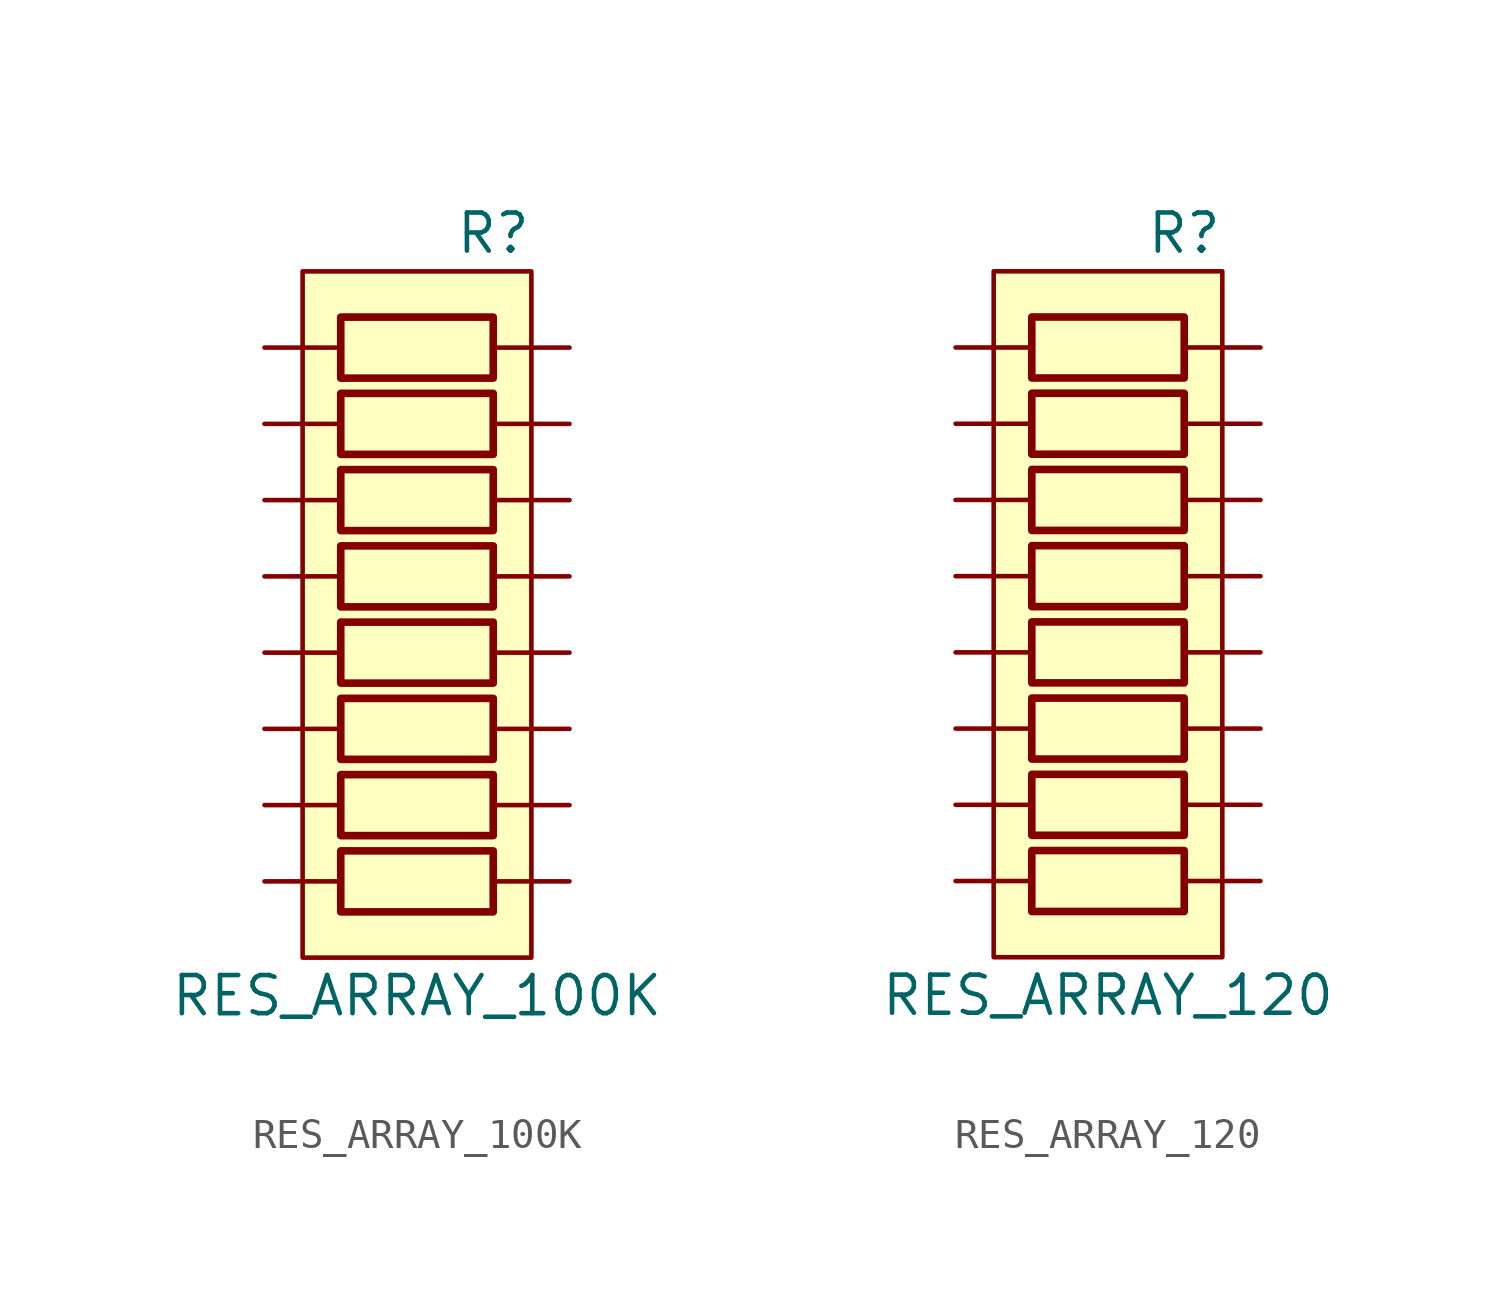
<source format=kicad_sym>
(kicad_symbol_lib
  (version 20211014)
  (generator kicad_symbol_editor)
  (symbol "RES_ARRAY_100K"
    (pin_numbers hide)
    (pin_names
      (offset 0))
    (property "Reference" "R"
      (at 2.54 3.81 0)
      (effects (font (size 1.27 1.27))))
    (property "Value" "RES_ARRAY_100K"
      (at 0 -21.59 0)
      (effects (font (size 1.27 1.27))))
    (symbol "RES_ARRAY_100K_0_1"
      (rectangle (start -3.81 2.54) (end 3.81 -20.32) (stroke (width 0) (type default) (color 0 0 0 0)) (fill (type background)))
      (polyline (pts (xy -3.81 -17.78) (xy -2.54 -17.78)) (stroke (width 0) (type default) (color 0 0 0 0)) (fill (type none)))
      (polyline (pts (xy -3.81 -15.24) (xy -2.54 -15.24)) (stroke (width 0) (type default) (color 0 0 0 0)) (fill (type none)))
      (polyline (pts (xy -3.81 -12.7) (xy -2.54 -12.7)) (stroke (width 0) (type default) (color 0 0 0 0)) (fill (type none)))
      (polyline (pts (xy -3.81 -10.16) (xy -2.54 -10.16)) (stroke (width 0) (type default) (color 0 0 0 0)) (fill (type none)))
      (polyline (pts (xy -3.81 -7.62) (xy -2.54 -7.62)) (stroke (width 0) (type default) (color 0 0 0 0)) (fill (type none)))
      (polyline (pts (xy -3.81 -5.08) (xy -2.54 -5.08)) (stroke (width 0) (type default) (color 0 0 0 0)) (fill (type none)))
      (polyline (pts (xy -3.81 -2.54) (xy -2.54 -2.54)) (stroke (width 0) (type default) (color 0 0 0 0)) (fill (type none)))
      (polyline (pts (xy -3.81 0) (xy -2.54 0)) (stroke (width 0) (type default) (color 0 0 0 0)) (fill (type none)))
      (polyline (pts (xy 3.81 -17.78) (xy 2.54 -17.78)) (stroke (width 0) (type default) (color 0 0 0 0)) (fill (type none)))
      (polyline (pts (xy 3.81 -15.24) (xy 2.54 -15.24)) (stroke (width 0) (type default) (color 0 0 0 0)) (fill (type none)))
      (polyline (pts (xy 3.81 -12.7) (xy 2.54 -12.7)) (stroke (width 0) (type default) (color 0 0 0 0)) (fill (type none)))
      (polyline (pts (xy 3.81 -10.16) (xy 2.54 -10.16)) (stroke (width 0) (type default) (color 0 0 0 0)) (fill (type none)))
      (polyline (pts (xy 3.81 -7.62) (xy 2.54 -7.62)) (stroke (width 0) (type default) (color 0 0 0 0)) (fill (type none)))
      (polyline (pts (xy 3.81 -5.08) (xy 2.54 -5.08)) (stroke (width 0) (type default) (color 0 0 0 0)) (fill (type none)))
      (polyline (pts (xy 3.81 -2.54) (xy 2.54 -2.54)) (stroke (width 0) (type default) (color 0 0 0 0)) (fill (type none)))
      (polyline (pts (xy 3.81 0) (xy 2.54 0)) (stroke (width 0) (type default) (color 0 0 0 0)) (fill (type none)))
      (rectangle (start 2.54 -1.016) (end -2.54 1.016) (stroke (width 0.254) (type default) (color 0 0 0 0)) (fill (type none))))
    (symbol "RES_ARRAY_100K_1_1"
      (rectangle (start 2.54 -18.796) (end -2.54 -16.764) (stroke (width 0.254) (type default) (color 0 0 0 0)) (fill (type none)))
      (rectangle (start 2.54 -16.256) (end -2.54 -14.224) (stroke (width 0.254) (type default) (color 0 0 0 0)) (fill (type none)))
      (rectangle (start 2.54 -13.716) (end -2.54 -11.684) (stroke (width 0.254) (type default) (color 0 0 0 0)) (fill (type none)))
      (rectangle (start 2.54 -11.176) (end -2.54 -9.144) (stroke (width 0.254) (type default) (color 0 0 0 0)) (fill (type none)))
      (rectangle (start 2.54 -8.636) (end -2.54 -6.604) (stroke (width 0.254) (type default) (color 0 0 0 0)) (fill (type none)))
      (rectangle (start 2.54 -6.096) (end -2.54 -4.064) (stroke (width 0.254) (type default) (color 0 0 0 0)) (fill (type none)))
      (rectangle (start 2.54 -3.556) (end -2.54 -1.524) (stroke (width 0.254) (type default) (color 0 0 0 0)) (fill (type none)))
      (pin passive line (at -5.08 0 0) (length 1.27) (name "~" (effects (font (size 1.27 1.27)))) (number "1" (effects (font (size 1.27 1.27)))))
      (pin passive line (at 5.08 -15.24 180) (length 1.27) (name "~" (effects (font (size 1.27 1.27)))) (number "10" (effects (font (size 1.27 1.27)))))
      (pin passive line (at 5.08 -12.7 180) (length 1.27) (name "~" (effects (font (size 1.27 1.27)))) (number "11" (effects (font (size 1.27 1.27)))))
      (pin passive line (at 5.08 -10.16 180) (length 1.27) (name "~" (effects (font (size 1.27 1.27)))) (number "12" (effects (font (size 1.27 1.27)))))
      (pin passive line (at 5.08 -7.62 180) (length 1.27) (name "~" (effects (font (size 1.27 1.27)))) (number "13" (effects (font (size 1.27 1.27)))))
      (pin passive line (at 5.08 -5.08 180) (length 1.27) (name "~" (effects (font (size 1.27 1.27)))) (number "14" (effects (font (size 1.27 1.27)))))
      (pin passive line (at 5.08 -2.54 180) (length 1.27) (name "~" (effects (font (size 1.27 1.27)))) (number "15" (effects (font (size 1.27 1.27)))))
      (pin passive line (at 5.08 0 180) (length 1.27) (name "~" (effects (font (size 1.27 1.27)))) (number "16" (effects (font (size 1.27 1.27)))))
      (pin passive line (at -5.08 -2.54 0) (length 1.27) (name "~" (effects (font (size 1.27 1.27)))) (number "2" (effects (font (size 1.27 1.27)))))
      (pin passive line (at -5.08 -5.08 0) (length 1.27) (name "~" (effects (font (size 1.27 1.27)))) (number "3" (effects (font (size 1.27 1.27)))))
      (pin passive line (at -5.08 -7.62 0) (length 1.27) (name "~" (effects (font (size 1.27 1.27)))) (number "4" (effects (font (size 1.27 1.27)))))
      (pin passive line (at -5.08 -10.16 0) (length 1.27) (name "~" (effects (font (size 1.27 1.27)))) (number "5" (effects (font (size 1.27 1.27)))))
      (pin passive line (at -5.08 -12.7 0) (length 1.27) (name "~" (effects (font (size 1.27 1.27)))) (number "6" (effects (font (size 1.27 1.27)))))
      (pin passive line (at -5.08 -15.24 0) (length 1.27) (name "~" (effects (font (size 1.27 1.27)))) (number "7" (effects (font (size 1.27 1.27)))))
      (pin passive line (at -5.08 -17.78 0) (length 1.27) (name "~" (effects (font (size 1.27 1.27)))) (number "8" (effects (font (size 1.27 1.27)))))
      (pin passive line (at 5.08 -17.78 180) (length 1.27) (name "~" (effects (font (size 1.27 1.27)))) (number "9" (effects (font (size 1.27 1.27)))))))
  (symbol "RES_ARRAY_120"
    (pin_numbers hide)
    (pin_names
      (offset 0))
    (property "Reference" "R"
      (at 2.54 3.81 0)
      (effects (font (size 1.27 1.27))))
    (property "Value" "RES_ARRAY_120"
      (at 0 -21.59 0)
      (effects (font (size 1.27 1.27))))
    (symbol "RES_ARRAY_120_0_1"
      (rectangle (start -3.81 2.54) (end 3.81 -20.32) (stroke (width 0) (type default) (color 0 0 0 0)) (fill (type background)))
      (polyline (pts (xy -3.81 -17.78) (xy -2.54 -17.78)) (stroke (width 0) (type default) (color 0 0 0 0)) (fill (type none)))
      (polyline (pts (xy -3.81 -15.24) (xy -2.54 -15.24)) (stroke (width 0) (type default) (color 0 0 0 0)) (fill (type none)))
      (polyline (pts (xy -3.81 -12.7) (xy -2.54 -12.7)) (stroke (width 0) (type default) (color 0 0 0 0)) (fill (type none)))
      (polyline (pts (xy -3.81 -10.16) (xy -2.54 -10.16)) (stroke (width 0) (type default) (color 0 0 0 0)) (fill (type none)))
      (polyline (pts (xy -3.81 -7.62) (xy -2.54 -7.62)) (stroke (width 0) (type default) (color 0 0 0 0)) (fill (type none)))
      (polyline (pts (xy -3.81 -5.08) (xy -2.54 -5.08)) (stroke (width 0) (type default) (color 0 0 0 0)) (fill (type none)))
      (polyline (pts (xy -3.81 -2.54) (xy -2.54 -2.54)) (stroke (width 0) (type default) (color 0 0 0 0)) (fill (type none)))
      (polyline (pts (xy -3.81 0) (xy -2.54 0)) (stroke (width 0) (type default) (color 0 0 0 0)) (fill (type none)))
      (polyline (pts (xy 3.81 -17.78) (xy 2.54 -17.78)) (stroke (width 0) (type default) (color 0 0 0 0)) (fill (type none)))
      (polyline (pts (xy 3.81 -15.24) (xy 2.54 -15.24)) (stroke (width 0) (type default) (color 0 0 0 0)) (fill (type none)))
      (polyline (pts (xy 3.81 -12.7) (xy 2.54 -12.7)) (stroke (width 0) (type default) (color 0 0 0 0)) (fill (type none)))
      (polyline (pts (xy 3.81 -10.16) (xy 2.54 -10.16)) (stroke (width 0) (type default) (color 0 0 0 0)) (fill (type none)))
      (polyline (pts (xy 3.81 -7.62) (xy 2.54 -7.62)) (stroke (width 0) (type default) (color 0 0 0 0)) (fill (type none)))
      (polyline (pts (xy 3.81 -5.08) (xy 2.54 -5.08)) (stroke (width 0) (type default) (color 0 0 0 0)) (fill (type none)))
      (polyline (pts (xy 3.81 -2.54) (xy 2.54 -2.54)) (stroke (width 0) (type default) (color 0 0 0 0)) (fill (type none)))
      (polyline (pts (xy 3.81 0) (xy 2.54 0)) (stroke (width 0) (type default) (color 0 0 0 0)) (fill (type none)))
      (rectangle (start 2.54 -1.016) (end -2.54 1.016) (stroke (width 0.254) (type default) (color 0 0 0 0)) (fill (type none))))
    (symbol "RES_ARRAY_120_1_1"
      (rectangle (start 2.54 -18.796) (end -2.54 -16.764) (stroke (width 0.254) (type default) (color 0 0 0 0)) (fill (type none)))
      (rectangle (start 2.54 -16.256) (end -2.54 -14.224) (stroke (width 0.254) (type default) (color 0 0 0 0)) (fill (type none)))
      (rectangle (start 2.54 -13.716) (end -2.54 -11.684) (stroke (width 0.254) (type default) (color 0 0 0 0)) (fill (type none)))
      (rectangle (start 2.54 -11.176) (end -2.54 -9.144) (stroke (width 0.254) (type default) (color 0 0 0 0)) (fill (type none)))
      (rectangle (start 2.54 -8.636) (end -2.54 -6.604) (stroke (width 0.254) (type default) (color 0 0 0 0)) (fill (type none)))
      (rectangle (start 2.54 -6.096) (end -2.54 -4.064) (stroke (width 0.254) (type default) (color 0 0 0 0)) (fill (type none)))
      (rectangle (start 2.54 -3.556) (end -2.54 -1.524) (stroke (width 0.254) (type default) (color 0 0 0 0)) (fill (type none)))
      (pin passive line (at -5.08 0 0) (length 1.27) (name "~" (effects (font (size 1.27 1.27)))) (number "1" (effects (font (size 1.27 1.27)))))
      (pin passive line (at 5.08 -15.24 180) (length 1.27) (name "~" (effects (font (size 1.27 1.27)))) (number "10" (effects (font (size 1.27 1.27)))))
      (pin passive line (at 5.08 -12.7 180) (length 1.27) (name "~" (effects (font (size 1.27 1.27)))) (number "11" (effects (font (size 1.27 1.27)))))
      (pin passive line (at 5.08 -10.16 180) (length 1.27) (name "~" (effects (font (size 1.27 1.27)))) (number "12" (effects (font (size 1.27 1.27)))))
      (pin passive line (at 5.08 -7.62 180) (length 1.27) (name "~" (effects (font (size 1.27 1.27)))) (number "13" (effects (font (size 1.27 1.27)))))
      (pin passive line (at 5.08 -5.08 180) (length 1.27) (name "~" (effects (font (size 1.27 1.27)))) (number "14" (effects (font (size 1.27 1.27)))))
      (pin passive line (at 5.08 -2.54 180) (length 1.27) (name "~" (effects (font (size 1.27 1.27)))) (number "15" (effects (font (size 1.27 1.27)))))
      (pin passive line (at 5.08 0 180) (length 1.27) (name "~" (effects (font (size 1.27 1.27)))) (number "16" (effects (font (size 1.27 1.27)))))
      (pin passive line (at -5.08 -2.54 0) (length 1.27) (name "~" (effects (font (size 1.27 1.27)))) (number "2" (effects (font (size 1.27 1.27)))))
      (pin passive line (at -5.08 -5.08 0) (length 1.27) (name "~" (effects (font (size 1.27 1.27)))) (number "3" (effects (font (size 1.27 1.27)))))
      (pin passive line (at -5.08 -7.62 0) (length 1.27) (name "~" (effects (font (size 1.27 1.27)))) (number "4" (effects (font (size 1.27 1.27)))))
      (pin passive line (at -5.08 -10.16 0) (length 1.27) (name "~" (effects (font (size 1.27 1.27)))) (number "5" (effects (font (size 1.27 1.27)))))
      (pin passive line (at -5.08 -12.7 0) (length 1.27) (name "~" (effects (font (size 1.27 1.27)))) (number "6" (effects (font (size 1.27 1.27)))))
      (pin passive line (at -5.08 -15.24 0) (length 1.27) (name "~" (effects (font (size 1.27 1.27)))) (number "7" (effects (font (size 1.27 1.27)))))
      (pin passive line (at -5.08 -17.78 0) (length 1.27) (name "~" (effects (font (size 1.27 1.27)))) (number "8" (effects (font (size 1.27 1.27)))))
      (pin passive line (at 5.08 -17.78 180) (length 1.27) (name "~" (effects (font (size 1.27 1.27)))) (number "9" (effects (font (size 1.27 1.27))))))))
</source>
